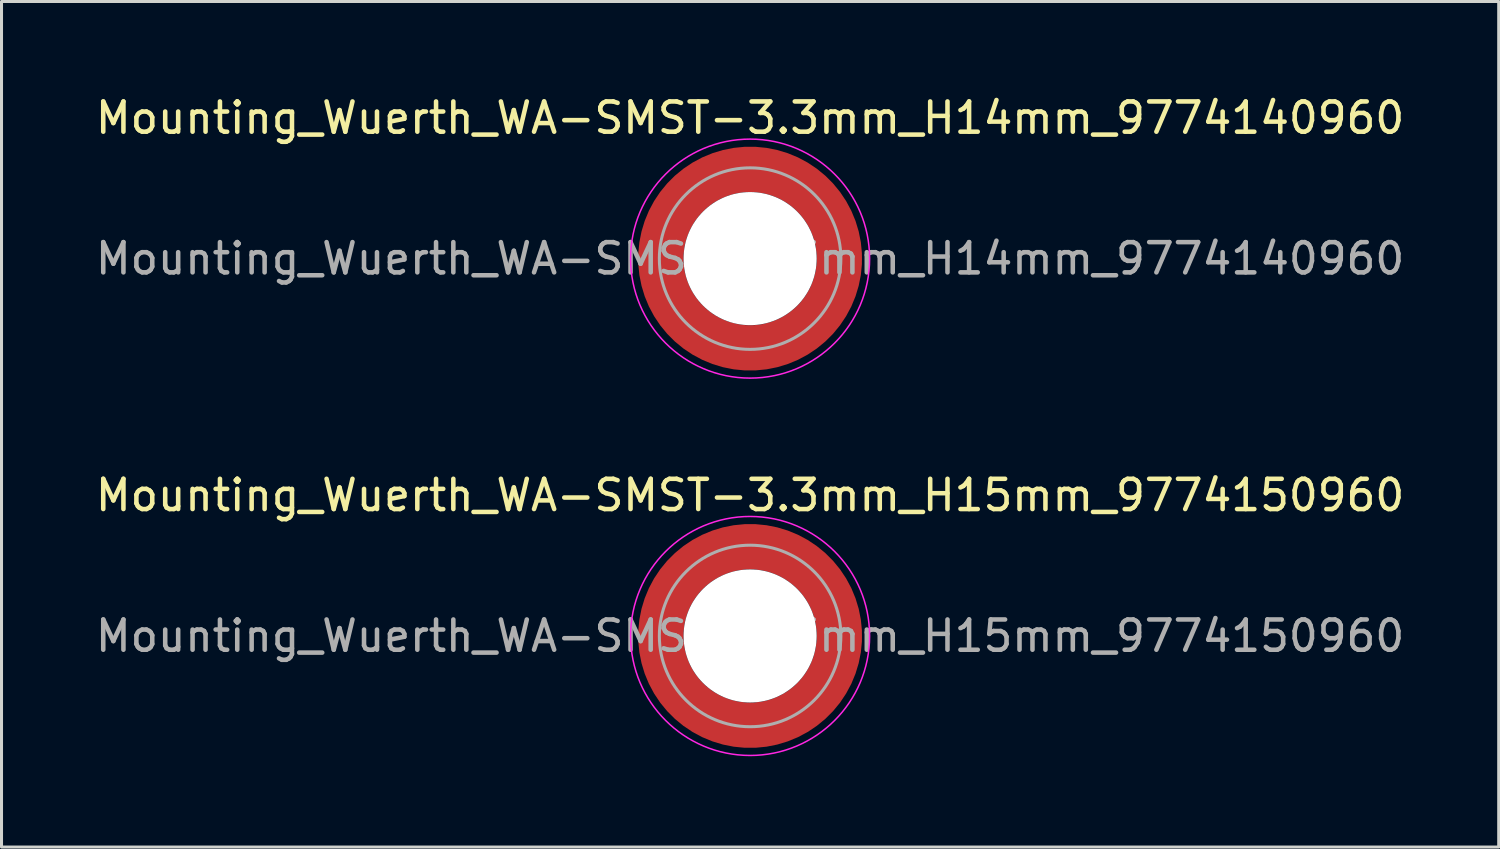
<source format=kicad_pcb>
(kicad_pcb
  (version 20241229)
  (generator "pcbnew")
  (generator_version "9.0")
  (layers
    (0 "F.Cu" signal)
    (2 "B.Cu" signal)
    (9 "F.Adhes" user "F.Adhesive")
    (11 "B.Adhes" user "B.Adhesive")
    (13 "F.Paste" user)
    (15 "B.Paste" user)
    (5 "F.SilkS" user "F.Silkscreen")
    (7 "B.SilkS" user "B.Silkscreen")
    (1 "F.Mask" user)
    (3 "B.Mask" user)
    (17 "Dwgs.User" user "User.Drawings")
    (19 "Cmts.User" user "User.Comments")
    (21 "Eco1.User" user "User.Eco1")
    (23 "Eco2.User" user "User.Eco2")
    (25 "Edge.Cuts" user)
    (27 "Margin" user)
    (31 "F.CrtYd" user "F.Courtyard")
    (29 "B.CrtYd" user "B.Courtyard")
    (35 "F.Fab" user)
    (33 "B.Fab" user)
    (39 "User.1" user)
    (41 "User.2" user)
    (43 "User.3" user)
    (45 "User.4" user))
  (footprint "Mounting_Wuerth_WA-SMST-3.3mm_H14mm_9774140960"
    (layer "F.Cu")
    (at 21.744 5.498)
    (property "Reference" "Mounting_Wuerth_WA-SMST-3.3mm_H14mm_9774140960" (at 0 -4.65 0) (layer "F.SilkS") (effects (font (size 1 1) (thickness 0.15))))
    (attr smd allow_soldermask_bridges)
    (fp_circle (center 0 0) (end 3.95 0) (stroke (width 0.05) (type solid)) (fill no) (layer "F.CrtYd"))
    (fp_circle (center 0 0) (end 3 0) (stroke (width 0.1) (type solid)) (fill no) (layer "F.Fab"))
    (fp_text user "${REFERENCE}" (at 0 0 0) (layer "F.Fab") (effects (font (size 1 1) (thickness 0.15))))
    (pad "" smd custom (at -2.058 -2.058) (size 0.55 0.55) (layers "F.Paste") (options (anchor circle)) (primitives (gr_arc (start -0.377294 1.707681) (mid 0.318198 0.318198) (end 1.707681 -0.377294) (width 0.2)) (gr_arc (start -0.478281 1.707681) (mid 0.247487 0.247487) (end 1.707681 -0.478281) (width 0.2)) (gr_arc (start -0.579192 1.707681) (mid 0.176777 0.176777) (end 1.707681 -0.579192) (width 0.2)) (gr_arc (start -0.680037 1.707681) (mid 0.106066 0.106066) (end 1.707681 -0.680037) (width 0.2)) (gr_arc (start -0.780822 1.707681) (mid 0.035355 0.035355) (end 1.707681 -0.780822) (width 0.2)) (gr_arc (start -0.881554 1.707681) (mid -0.035355 -0.035355) (end 1.707681 -0.881554) (width 0.2)) (gr_arc (start -0.982237 1.707681) (mid -0.106066 -0.106066) (end 1.707681 -0.982237) (width 0.2)) (gr_arc (start -1.082877 1.707681) (mid -0.176777 -0.176777) (end 1.707681 -1.082877) (width 0.2)) (gr_arc (start -1.183476 1.707681) (mid -0.247487 -0.247487) (end 1.707681 -1.183476) (width 0.2)) (gr_arc (start -1.28404 1.707681) (mid -0.318198 -0.318198) (end 1.707681 -1.28404) (width 0.2)) (gr_line (start 1.708 -0.377) (end 1.708 -1.284) (width 0.2)) (gr_line (start -0.377 1.708) (end -1.284 1.708) (width 0.2))))
    (pad "" smd custom (at -2.058 2.058) (size 0.55 0.55) (layers "F.Paste") (options (anchor circle)) (primitives (gr_arc (start 1.707681 0.377294) (mid 0.318198 -0.318198) (end -0.377294 -1.707681) (width 0.2)) (gr_arc (start 1.707681 0.478281) (mid 0.247487 -0.247487) (end -0.478281 -1.707681) (width 0.2)) (gr_arc (start 1.707681 0.579192) (mid 0.176777 -0.176777) (end -0.579192 -1.707681) (width 0.2)) (gr_arc (start 1.707681 0.680037) (mid 0.106066 -0.106066) (end -0.680037 -1.707681) (width 0.2)) (gr_arc (start 1.707681 0.780822) (mid 0.035355 -0.035355) (end -0.780822 -1.707681) (width 0.2)) (gr_arc (start 1.707681 0.881554) (mid -0.035355 0.035355) (end -0.881554 -1.707681) (width 0.2)) (gr_arc (start 1.707681 0.982237) (mid -0.106066 0.106066) (end -0.982237 -1.707681) (width 0.2)) (gr_arc (start 1.707681 1.082877) (mid -0.176777 0.176777) (end -1.082877 -1.707681) (width 0.2)) (gr_arc (start 1.707681 1.183476) (mid -0.247487 0.247487) (end -1.183476 -1.707681) (width 0.2)) (gr_arc (start 1.707681 1.28404) (mid -0.318198 0.318198) (end -1.28404 -1.707681) (width 0.2)) (gr_line (start -0.377 -1.708) (end -1.284 -1.708) (width 0.2)) (gr_line (start 1.708 0.377) (end 1.708 1.284) (width 0.2))))
    (pad "" np_thru_hole circle (at 0 0) (size 4.4 4.4) (drill 4.4) (layers "*.Cu" "*.Mask"))
    (pad "" smd custom (at 2.058 -2.058) (size 0.55 0.55) (layers "F.Paste") (options (anchor circle)) (primitives (gr_arc (start -1.707681 -0.377294) (mid -0.318198 0.318198) (end 0.377294 1.707681) (width 0.2)) (gr_arc (start -1.707681 -0.478281) (mid -0.247487 0.247487) (end 0.478281 1.707681) (width 0.2)) (gr_arc (start -1.707681 -0.579192) (mid -0.176777 0.176777) (end 0.579192 1.707681) (width 0.2)) (gr_arc (start -1.707681 -0.680037) (mid -0.106066 0.106066) (end 0.680037 1.707681) (width 0.2)) (gr_arc (start -1.707681 -0.780822) (mid -0.035355 0.035355) (end 0.780822 1.707681) (width 0.2)) (gr_arc (start -1.707681 -0.881554) (mid 0.035355 -0.035355) (end 0.881554 1.707681) (width 0.2)) (gr_arc (start -1.707681 -0.982237) (mid 0.106066 -0.106066) (end 0.982237 1.707681) (width 0.2)) (gr_arc (start -1.707681 -1.082877) (mid 0.176777 -0.176777) (end 1.082877 1.707681) (width 0.2)) (gr_arc (start -1.707681 -1.183476) (mid 0.247487 -0.247487) (end 1.183476 1.707681) (width 0.2)) (gr_arc (start -1.707681 -1.28404) (mid 0.318198 -0.318198) (end 1.28404 1.707681) (width 0.2)) (gr_line (start 0.377 1.708) (end 1.284 1.708) (width 0.2)) (gr_line (start -1.708 -0.377) (end -1.708 -1.284) (width 0.2))))
    (pad "" smd custom (at 2.058 2.058) (size 0.55 0.55) (layers "F.Paste") (options (anchor circle)) (primitives (gr_arc (start 0.377294 -1.707681) (mid -0.318198 -0.318198) (end -1.707681 0.377294) (width 0.2)) (gr_arc (start 0.478281 -1.707681) (mid -0.247487 -0.247487) (end -1.707681 0.478281) (width 0.2)) (gr_arc (start 0.579192 -1.707681) (mid -0.176777 -0.176777) (end -1.707681 0.579192) (width 0.2)) (gr_arc (start 0.680037 -1.707681) (mid -0.106066 -0.106066) (end -1.707681 0.680037) (width 0.2)) (gr_arc (start 0.780822 -1.707681) (mid -0.035355 -0.035355) (end -1.707681 0.780822) (width 0.2)) (gr_arc (start 0.881554 -1.707681) (mid 0.035355 0.035355) (end -1.707681 0.881554) (width 0.2)) (gr_arc (start 0.982237 -1.707681) (mid 0.106066 0.106066) (end -1.707681 0.982237) (width 0.2)) (gr_arc (start 1.082877 -1.707681) (mid 0.176777 0.176777) (end -1.707681 1.082877) (width 0.2)) (gr_arc (start 1.183476 -1.707681) (mid 0.247487 0.247487) (end -1.707681 1.183476) (width 0.2)) (gr_arc (start 1.28404 -1.707681) (mid 0.318198 0.318198) (end -1.707681 1.28404) (width 0.2)) (gr_line (start -1.708 0.377) (end -1.708 1.284) (width 0.2)) (gr_line (start 0.377 -1.708) (end 1.284 -1.708) (width 0.2))))
    (pad "1" smd circle (at -2.95 0) (size 0.992 0.992) (layers "F.Cu"))
    (pad "1" smd circle (at 0 -2.95) (size 0.992 0.992) (layers "F.Cu"))
    (pad "1" smd circle (at 0 2.95) (size 0.992 0.992) (layers "F.Cu"))
    (pad "1" smd custom (at 2.95 0) (size 1.5 1.5) (layers "F.Cu" "F.Mask") (options (anchor circle)) (primitives (gr_circle (center -2.95 0) (end 0 0) (width 1.5) (fill no)))))
  (footprint "Mounting_Wuerth_WA-SMST-3.3mm_H15mm_9774150960"
    (layer "F.Cu")
    (at 21.744 17.971)
    (property "Reference" "Mounting_Wuerth_WA-SMST-3.3mm_H15mm_9774150960" (at 0 -4.65 0) (layer "F.SilkS") (effects (font (size 1 1) (thickness 0.15))))
    (attr smd allow_soldermask_bridges)
    (fp_circle (center 0 0) (end 3.95 0) (stroke (width 0.05) (type solid)) (fill no) (layer "F.CrtYd"))
    (fp_circle (center 0 0) (end 3 0) (stroke (width 0.1) (type solid)) (fill no) (layer "F.Fab"))
    (fp_text user "${REFERENCE}" (at 0 0 0) (layer "F.Fab") (effects (font (size 1 1) (thickness 0.15))))
    (pad "" smd custom (at -2.058 -2.058) (size 0.55 0.55) (layers "F.Paste") (options (anchor circle)) (primitives (gr_arc (start -0.377294 1.707681) (mid 0.318198 0.318198) (end 1.707681 -0.377294) (width 0.2)) (gr_arc (start -0.478281 1.707681) (mid 0.247487 0.247487) (end 1.707681 -0.478281) (width 0.2)) (gr_arc (start -0.579192 1.707681) (mid 0.176777 0.176777) (end 1.707681 -0.579192) (width 0.2)) (gr_arc (start -0.680037 1.707681) (mid 0.106066 0.106066) (end 1.707681 -0.680037) (width 0.2)) (gr_arc (start -0.780822 1.707681) (mid 0.035355 0.035355) (end 1.707681 -0.780822) (width 0.2)) (gr_arc (start -0.881554 1.707681) (mid -0.035355 -0.035355) (end 1.707681 -0.881554) (width 0.2)) (gr_arc (start -0.982237 1.707681) (mid -0.106066 -0.106066) (end 1.707681 -0.982237) (width 0.2)) (gr_arc (start -1.082877 1.707681) (mid -0.176777 -0.176777) (end 1.707681 -1.082877) (width 0.2)) (gr_arc (start -1.183476 1.707681) (mid -0.247487 -0.247487) (end 1.707681 -1.183476) (width 0.2)) (gr_arc (start -1.28404 1.707681) (mid -0.318198 -0.318198) (end 1.707681 -1.28404) (width 0.2)) (gr_line (start 1.708 -0.377) (end 1.708 -1.284) (width 0.2)) (gr_line (start -0.377 1.708) (end -1.284 1.708) (width 0.2))))
    (pad "" smd custom (at -2.058 2.058) (size 0.55 0.55) (layers "F.Paste") (options (anchor circle)) (primitives (gr_arc (start 1.707681 0.377294) (mid 0.318198 -0.318198) (end -0.377294 -1.707681) (width 0.2)) (gr_arc (start 1.707681 0.478281) (mid 0.247487 -0.247487) (end -0.478281 -1.707681) (width 0.2)) (gr_arc (start 1.707681 0.579192) (mid 0.176777 -0.176777) (end -0.579192 -1.707681) (width 0.2)) (gr_arc (start 1.707681 0.680037) (mid 0.106066 -0.106066) (end -0.680037 -1.707681) (width 0.2)) (gr_arc (start 1.707681 0.780822) (mid 0.035355 -0.035355) (end -0.780822 -1.707681) (width 0.2)) (gr_arc (start 1.707681 0.881554) (mid -0.035355 0.035355) (end -0.881554 -1.707681) (width 0.2)) (gr_arc (start 1.707681 0.982237) (mid -0.106066 0.106066) (end -0.982237 -1.707681) (width 0.2)) (gr_arc (start 1.707681 1.082877) (mid -0.176777 0.176777) (end -1.082877 -1.707681) (width 0.2)) (gr_arc (start 1.707681 1.183476) (mid -0.247487 0.247487) (end -1.183476 -1.707681) (width 0.2)) (gr_arc (start 1.707681 1.28404) (mid -0.318198 0.318198) (end -1.28404 -1.707681) (width 0.2)) (gr_line (start -0.377 -1.708) (end -1.284 -1.708) (width 0.2)) (gr_line (start 1.708 0.377) (end 1.708 1.284) (width 0.2))))
    (pad "" np_thru_hole circle (at 0 0) (size 4.4 4.4) (drill 4.4) (layers "*.Cu" "*.Mask"))
    (pad "" smd custom (at 2.058 -2.058) (size 0.55 0.55) (layers "F.Paste") (options (anchor circle)) (primitives (gr_arc (start -1.707681 -0.377294) (mid -0.318198 0.318198) (end 0.377294 1.707681) (width 0.2)) (gr_arc (start -1.707681 -0.478281) (mid -0.247487 0.247487) (end 0.478281 1.707681) (width 0.2)) (gr_arc (start -1.707681 -0.579192) (mid -0.176777 0.176777) (end 0.579192 1.707681) (width 0.2)) (gr_arc (start -1.707681 -0.680037) (mid -0.106066 0.106066) (end 0.680037 1.707681) (width 0.2)) (gr_arc (start -1.707681 -0.780822) (mid -0.035355 0.035355) (end 0.780822 1.707681) (width 0.2)) (gr_arc (start -1.707681 -0.881554) (mid 0.035355 -0.035355) (end 0.881554 1.707681) (width 0.2)) (gr_arc (start -1.707681 -0.982237) (mid 0.106066 -0.106066) (end 0.982237 1.707681) (width 0.2)) (gr_arc (start -1.707681 -1.082877) (mid 0.176777 -0.176777) (end 1.082877 1.707681) (width 0.2)) (gr_arc (start -1.707681 -1.183476) (mid 0.247487 -0.247487) (end 1.183476 1.707681) (width 0.2)) (gr_arc (start -1.707681 -1.28404) (mid 0.318198 -0.318198) (end 1.28404 1.707681) (width 0.2)) (gr_line (start 0.377 1.708) (end 1.284 1.708) (width 0.2)) (gr_line (start -1.708 -0.377) (end -1.708 -1.284) (width 0.2))))
    (pad "" smd custom (at 2.058 2.058) (size 0.55 0.55) (layers "F.Paste") (options (anchor circle)) (primitives (gr_arc (start 0.377294 -1.707681) (mid -0.318198 -0.318198) (end -1.707681 0.377294) (width 0.2)) (gr_arc (start 0.478281 -1.707681) (mid -0.247487 -0.247487) (end -1.707681 0.478281) (width 0.2)) (gr_arc (start 0.579192 -1.707681) (mid -0.176777 -0.176777) (end -1.707681 0.579192) (width 0.2)) (gr_arc (start 0.680037 -1.707681) (mid -0.106066 -0.106066) (end -1.707681 0.680037) (width 0.2)) (gr_arc (start 0.780822 -1.707681) (mid -0.035355 -0.035355) (end -1.707681 0.780822) (width 0.2)) (gr_arc (start 0.881554 -1.707681) (mid 0.035355 0.035355) (end -1.707681 0.881554) (width 0.2)) (gr_arc (start 0.982237 -1.707681) (mid 0.106066 0.106066) (end -1.707681 0.982237) (width 0.2)) (gr_arc (start 1.082877 -1.707681) (mid 0.176777 0.176777) (end -1.707681 1.082877) (width 0.2)) (gr_arc (start 1.183476 -1.707681) (mid 0.247487 0.247487) (end -1.707681 1.183476) (width 0.2)) (gr_arc (start 1.28404 -1.707681) (mid 0.318198 0.318198) (end -1.707681 1.28404) (width 0.2)) (gr_line (start -1.708 0.377) (end -1.708 1.284) (width 0.2)) (gr_line (start 0.377 -1.708) (end 1.284 -1.708) (width 0.2))))
    (pad "1" smd circle (at -2.95 0) (size 0.992 0.992) (layers "F.Cu"))
    (pad "1" smd circle (at 0 -2.95) (size 0.992 0.992) (layers "F.Cu"))
    (pad "1" smd circle (at 0 2.95) (size 0.992 0.992) (layers "F.Cu"))
    (pad "1" smd custom (at 2.95 0) (size 1.5 1.5) (layers "F.Cu" "F.Mask") (options (anchor circle)) (primitives (gr_circle (center -2.95 0) (end 0 0) (width 1.5) (fill no)))))
  (gr_rect
    (start -3 -3)
    (end 46.488 24.947)
    (stroke (width 0.1) (type default))
    (fill no)
    (layer "Edge.Cuts")))
</source>
